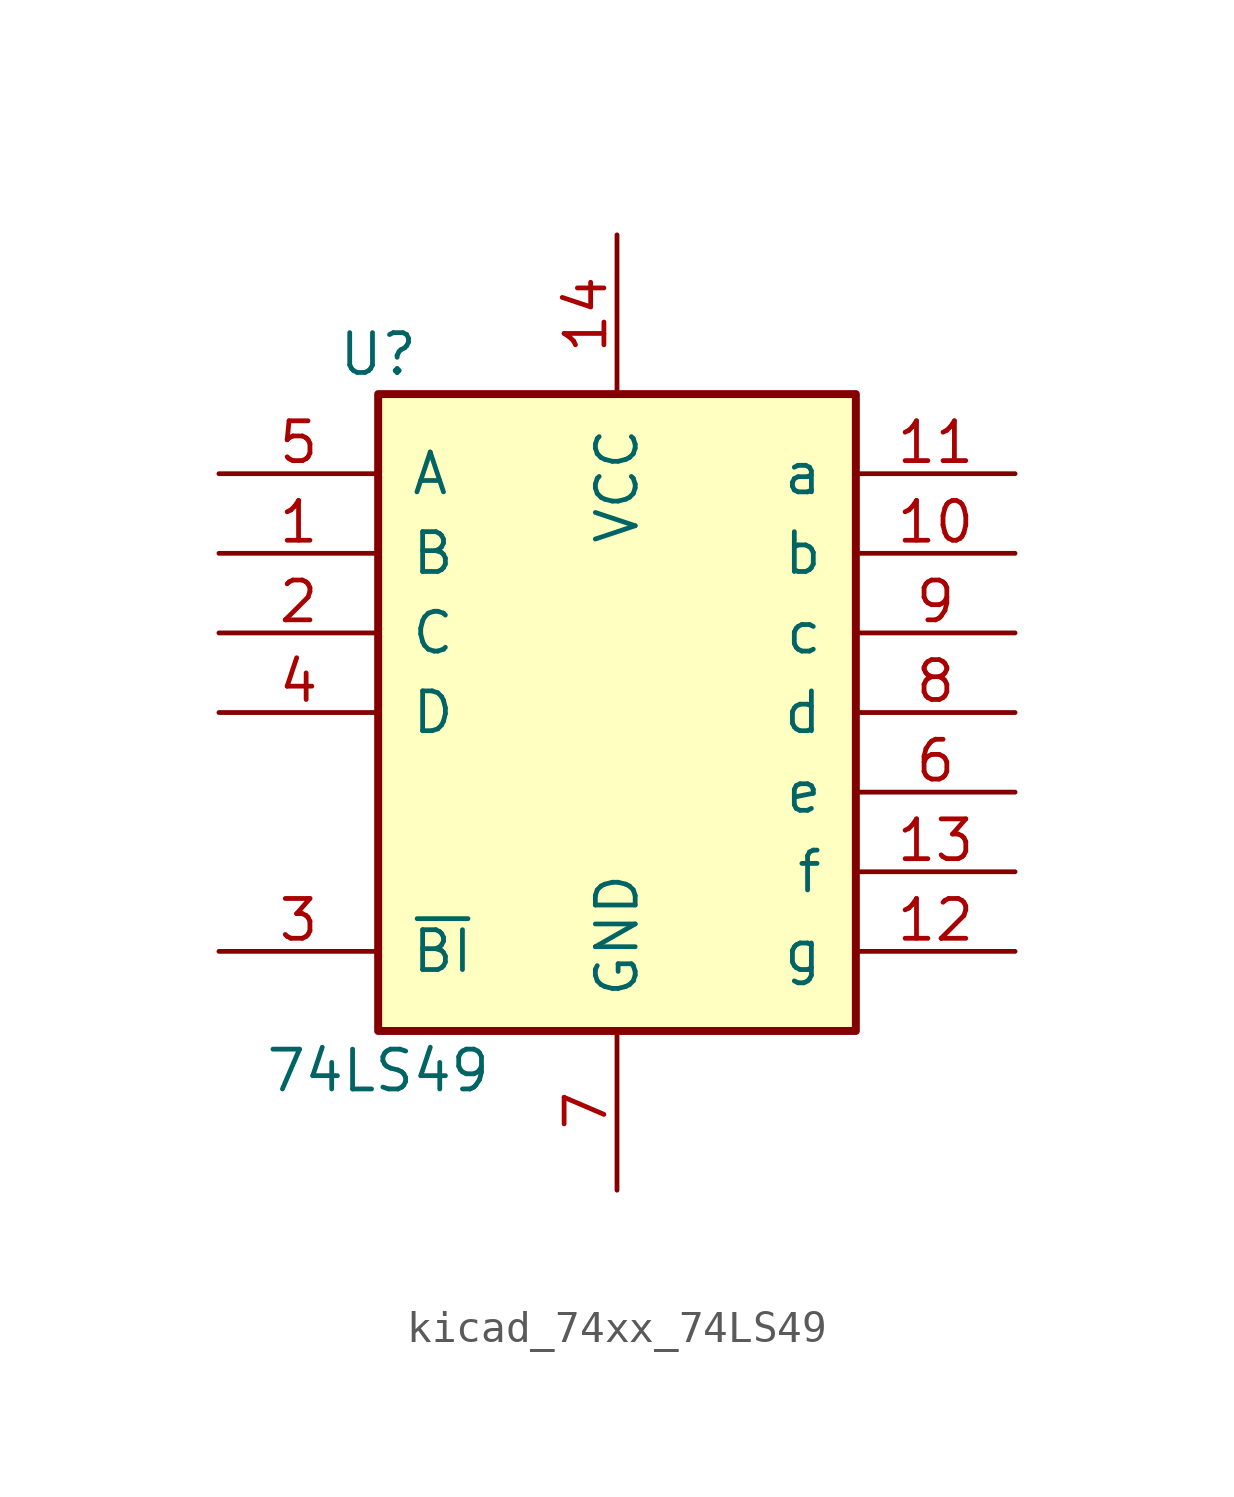
<source format=kicad_sym>
(kicad_symbol_lib
  (version 20220914)
  (generator kicad_symbol_editor)
  (symbol "kicad_74xx_74LS49"
    (pin_names
      (offset 1.016))
    (property "Reference" "U"
      (at -7.62 11.43 0)
      (effects (font (size 1.27 1.27))))
    (property "Value" "74LS49"
      (at -7.62 -11.43 0)
      (effects (font (size 1.27 1.27))))
    (property "ki_locked" ""
      (at 0 0 0)
      (effects (font (size 1.27 1.27))))
    (symbol "kicad_74xx_74LS49_1_0"
      (pin input line (at -12.7 5.08 0) (length 5.08) (name "B" (effects (font (size 1.27 1.27)))) (number "1" (effects (font (size 1.27 1.27)))))
      (pin open_collector line (at 12.7 5.08 180) (length 5.08) (name "b" (effects (font (size 1.27 1.27)))) (number "10" (effects (font (size 1.27 1.27)))))
      (pin open_collector line (at 12.7 7.62 180) (length 5.08) (name "a" (effects (font (size 1.27 1.27)))) (number "11" (effects (font (size 1.27 1.27)))))
      (pin open_collector line (at 12.7 -7.62 180) (length 5.08) (name "g" (effects (font (size 1.27 1.27)))) (number "12" (effects (font (size 1.27 1.27)))))
      (pin open_collector line (at 12.7 -5.08 180) (length 5.08) (name "f" (effects (font (size 1.27 1.27)))) (number "13" (effects (font (size 1.27 1.27)))))
      (pin power_in line (at 0 15.24 270) (length 5.08) (name "VCC" (effects (font (size 1.27 1.27)))) (number "14" (effects (font (size 1.27 1.27)))))
      (pin input line (at -12.7 2.54 0) (length 5.08) (name "C" (effects (font (size 1.27 1.27)))) (number "2" (effects (font (size 1.27 1.27)))))
      (pin input line (at -12.7 -7.62 0) (length 5.08) (name "~{BI}" (effects (font (size 1.27 1.27)))) (number "3" (effects (font (size 1.27 1.27)))))
      (pin input line (at -12.7 0 0) (length 5.08) (name "D" (effects (font (size 1.27 1.27)))) (number "4" (effects (font (size 1.27 1.27)))))
      (pin input line (at -12.7 7.62 0) (length 5.08) (name "A" (effects (font (size 1.27 1.27)))) (number "5" (effects (font (size 1.27 1.27)))))
      (pin open_collector line (at 12.7 -2.54 180) (length 5.08) (name "e" (effects (font (size 1.27 1.27)))) (number "6" (effects (font (size 1.27 1.27)))))
      (pin power_in line (at 0 -15.24 90) (length 5.08) (name "GND" (effects (font (size 1.27 1.27)))) (number "7" (effects (font (size 1.27 1.27)))))
      (pin open_collector line (at 12.7 0 180) (length 5.08) (name "d" (effects (font (size 1.27 1.27)))) (number "8" (effects (font (size 1.27 1.27)))))
      (pin open_collector line (at 12.7 2.54 180) (length 5.08) (name "c" (effects (font (size 1.27 1.27)))) (number "9" (effects (font (size 1.27 1.27))))))
    (symbol "kicad_74xx_74LS49_1_1"
      (rectangle (start -7.62 10.16) (end 7.62 -10.16) (stroke (width 0.254) (type default)) (fill (type background))))))
</source>
